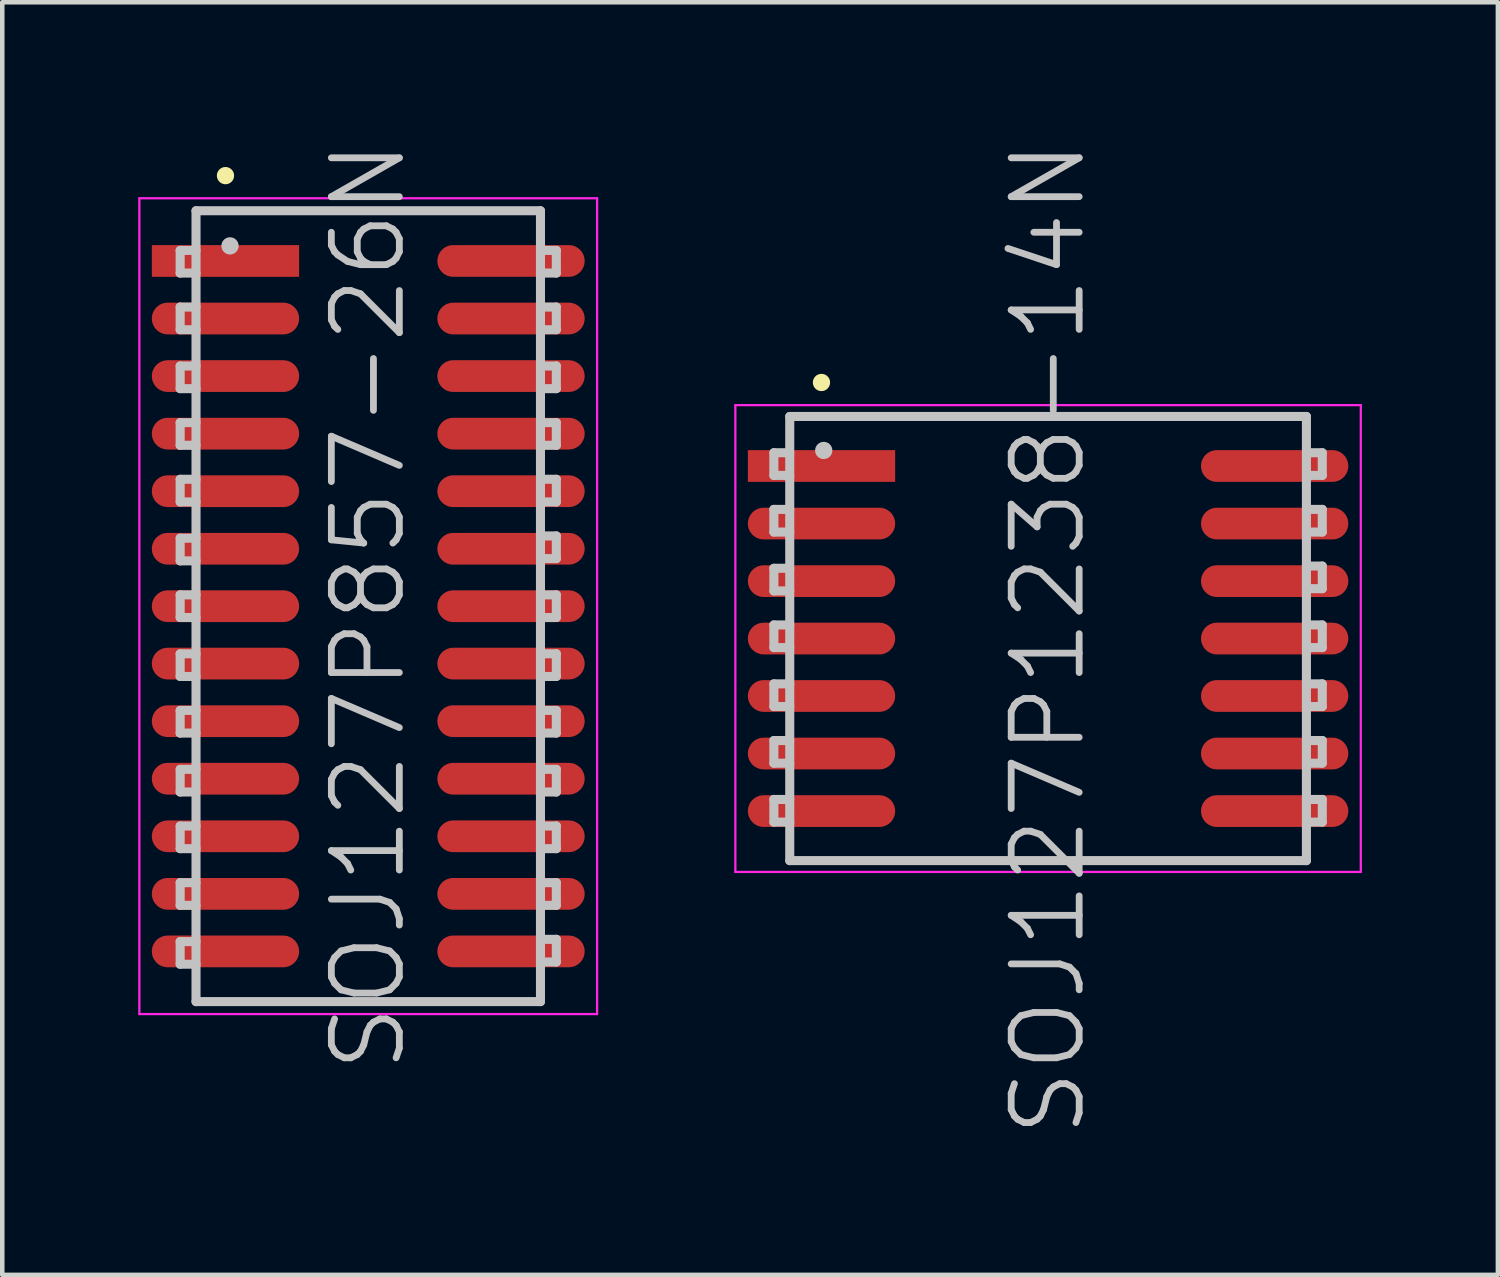
<source format=kicad_pcb>
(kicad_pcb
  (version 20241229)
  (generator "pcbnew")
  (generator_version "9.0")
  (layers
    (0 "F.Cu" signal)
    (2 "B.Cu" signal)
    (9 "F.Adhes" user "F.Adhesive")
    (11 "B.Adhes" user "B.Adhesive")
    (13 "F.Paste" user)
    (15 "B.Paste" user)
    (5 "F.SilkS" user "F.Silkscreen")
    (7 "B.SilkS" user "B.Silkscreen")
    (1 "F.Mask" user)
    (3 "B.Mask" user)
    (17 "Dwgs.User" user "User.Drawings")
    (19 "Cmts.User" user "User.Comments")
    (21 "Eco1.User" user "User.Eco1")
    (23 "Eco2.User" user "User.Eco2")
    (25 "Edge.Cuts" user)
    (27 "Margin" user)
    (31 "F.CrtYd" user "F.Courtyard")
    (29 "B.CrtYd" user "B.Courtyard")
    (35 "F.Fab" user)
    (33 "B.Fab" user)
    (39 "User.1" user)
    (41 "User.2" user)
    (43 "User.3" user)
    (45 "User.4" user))
  (footprint "SOJ127P857-26N"
    (layer "F.Cu")
    (at 5.075 10.325)
    (property "Reference" "SOJ127P857-26N" (at 0 0 90) (layer "Dwgs.User") (effects (font (size 1.5 1.5) (thickness 0.15))))
    (attr smd)
    (fp_line (start -3.15 -9.5) (end -3.15 -9.5) (stroke (width 0.381) (type solid)) (layer "F.SilkS"))
    (fp_line (start -4.15 -7.85) (end -4.15 -7.35) (stroke (width 0.2) (type solid)) (layer "Dwgs.User"))
    (fp_line (start -4.15 -7.35) (end -3.8 -7.35) (stroke (width 0.2) (type solid)) (layer "Dwgs.User"))
    (fp_line (start -4.15 -6.6) (end -4.15 -6.1) (stroke (width 0.2) (type solid)) (layer "Dwgs.User"))
    (fp_line (start -4.15 -6.1) (end -3.8 -6.1) (stroke (width 0.2) (type solid)) (layer "Dwgs.User"))
    (fp_line (start -4.15 -5.3) (end -4.15 -4.8) (stroke (width 0.2) (type solid)) (layer "Dwgs.User"))
    (fp_line (start -4.15 -4.8) (end -3.8 -4.8) (stroke (width 0.2) (type solid)) (layer "Dwgs.User"))
    (fp_line (start -4.15 -4.05) (end -4.15 -3.55) (stroke (width 0.2) (type solid)) (layer "Dwgs.User"))
    (fp_line (start -4.15 -3.55) (end -3.8 -3.55) (stroke (width 0.2) (type solid)) (layer "Dwgs.User"))
    (fp_line (start -4.15 -2.8) (end -4.15 -2.3) (stroke (width 0.2) (type solid)) (layer "Dwgs.User"))
    (fp_line (start -4.15 -2.3) (end -3.8 -2.3) (stroke (width 0.2) (type solid)) (layer "Dwgs.User"))
    (fp_line (start -4.15 -1.5) (end -4.15 -1) (stroke (width 0.2) (type solid)) (layer "Dwgs.User"))
    (fp_line (start -4.15 -1) (end -3.8 -1) (stroke (width 0.2) (type solid)) (layer "Dwgs.User"))
    (fp_line (start -4.15 -0.25) (end -4.15 0.25) (stroke (width 0.2) (type solid)) (layer "Dwgs.User"))
    (fp_line (start -4.15 0.25) (end -3.8 0.25) (stroke (width 0.2) (type solid)) (layer "Dwgs.User"))
    (fp_line (start -4.15 1.05) (end -4.15 1.55) (stroke (width 0.2) (type solid)) (layer "Dwgs.User"))
    (fp_line (start -4.15 1.55) (end -3.8 1.55) (stroke (width 0.2) (type solid)) (layer "Dwgs.User"))
    (fp_line (start -4.15 2.3) (end -4.15 2.8) (stroke (width 0.2) (type solid)) (layer "Dwgs.User"))
    (fp_line (start -4.15 2.8) (end -3.8 2.8) (stroke (width 0.2) (type solid)) (layer "Dwgs.User"))
    (fp_line (start -4.15 3.6) (end -4.15 4.1) (stroke (width 0.2) (type solid)) (layer "Dwgs.User"))
    (fp_line (start -4.15 4.1) (end -3.8 4.1) (stroke (width 0.2) (type solid)) (layer "Dwgs.User"))
    (fp_line (start -4.15 4.85) (end -4.15 5.35) (stroke (width 0.2) (type solid)) (layer "Dwgs.User"))
    (fp_line (start -4.15 5.35) (end -3.8 5.35) (stroke (width 0.2) (type solid)) (layer "Dwgs.User"))
    (fp_line (start -4.15 6.1) (end -4.15 6.6) (stroke (width 0.2) (type solid)) (layer "Dwgs.User"))
    (fp_line (start -4.15 6.6) (end -3.8 6.6) (stroke (width 0.2) (type solid)) (layer "Dwgs.User"))
    (fp_line (start -4.15 7.4) (end -4.15 7.9) (stroke (width 0.2) (type solid)) (layer "Dwgs.User"))
    (fp_line (start -4.15 7.9) (end -3.8 7.9) (stroke (width 0.2) (type solid)) (layer "Dwgs.User"))
    (fp_line (start -3.8 -8.725) (end -3.8 8.725) (stroke (width 0.2) (type solid)) (layer "Dwgs.User"))
    (fp_line (start -3.8 -8.725) (end 3.8 -8.725) (stroke (width 0.2) (type solid)) (layer "Dwgs.User"))
    (fp_line (start -3.8 -7.85) (end -4.15 -7.85) (stroke (width 0.2) (type solid)) (layer "Dwgs.User"))
    (fp_line (start -3.8 -6.6) (end -4.15 -6.6) (stroke (width 0.2) (type solid)) (layer "Dwgs.User"))
    (fp_line (start -3.8 -5.3) (end -4.15 -5.3) (stroke (width 0.2) (type solid)) (layer "Dwgs.User"))
    (fp_line (start -3.8 -4.05) (end -4.15 -4.05) (stroke (width 0.2) (type solid)) (layer "Dwgs.User"))
    (fp_line (start -3.8 -2.8) (end -4.15 -2.8) (stroke (width 0.2) (type solid)) (layer "Dwgs.User"))
    (fp_line (start -3.8 -1.5) (end -4.15 -1.5) (stroke (width 0.2) (type solid)) (layer "Dwgs.User"))
    (fp_line (start -3.8 -0.25) (end -4.15 -0.25) (stroke (width 0.2) (type solid)) (layer "Dwgs.User"))
    (fp_line (start -3.8 1.05) (end -4.15 1.05) (stroke (width 0.2) (type solid)) (layer "Dwgs.User"))
    (fp_line (start -3.8 2.3) (end -4.15 2.3) (stroke (width 0.2) (type solid)) (layer "Dwgs.User"))
    (fp_line (start -3.8 3.6) (end -4.15 3.6) (stroke (width 0.2) (type solid)) (layer "Dwgs.User"))
    (fp_line (start -3.8 4.85) (end -4.15 4.85) (stroke (width 0.2) (type solid)) (layer "Dwgs.User"))
    (fp_line (start -3.8 6.1) (end -4.15 6.1) (stroke (width 0.2) (type solid)) (layer "Dwgs.User"))
    (fp_line (start -3.8 7.4) (end -4.15 7.4) (stroke (width 0.2) (type solid)) (layer "Dwgs.User"))
    (fp_line (start -3.8 8.725) (end 3.8 8.725) (stroke (width 0.2) (type solid)) (layer "Dwgs.User"))
    (fp_line (start -3.05 -7.95) (end -3.05 -7.95) (stroke (width 0.381) (type solid)) (layer "Dwgs.User"))
    (fp_line (start 3.8 -8.725) (end 3.8 8.725) (stroke (width 0.2) (type solid)) (layer "Dwgs.User"))
    (fp_line (start 3.8 -7.85) (end 4.15 -7.85) (stroke (width 0.2) (type solid)) (layer "Dwgs.User"))
    (fp_line (start 3.8 -6.6) (end 4.15 -6.6) (stroke (width 0.2) (type solid)) (layer "Dwgs.User"))
    (fp_line (start 3.8 -5.3) (end 4.15 -5.3) (stroke (width 0.2) (type solid)) (layer "Dwgs.User"))
    (fp_line (start 3.8 -4.05) (end 4.15 -4.05) (stroke (width 0.2) (type solid)) (layer "Dwgs.User"))
    (fp_line (start 3.8 -2.8) (end 4.15 -2.8) (stroke (width 0.2) (type solid)) (layer "Dwgs.User"))
    (fp_line (start 3.8 -1.55) (end 4.15 -1.55) (stroke (width 0.2) (type solid)) (layer "Dwgs.User"))
    (fp_line (start 3.8 -0.25) (end 4.15 -0.25) (stroke (width 0.2) (type solid)) (layer "Dwgs.User"))
    (fp_line (start 3.8 1.05) (end 4.15 1.05) (stroke (width 0.2) (type solid)) (layer "Dwgs.User"))
    (fp_line (start 3.8 2.3) (end 4.15 2.3) (stroke (width 0.2) (type solid)) (layer "Dwgs.User"))
    (fp_line (start 3.8 3.6) (end 4.15 3.6) (stroke (width 0.2) (type solid)) (layer "Dwgs.User"))
    (fp_line (start 3.8 4.85) (end 4.15 4.85) (stroke (width 0.2) (type solid)) (layer "Dwgs.User"))
    (fp_line (start 3.8 6.1) (end 4.15 6.1) (stroke (width 0.2) (type solid)) (layer "Dwgs.User"))
    (fp_line (start 3.8 7.35) (end 4.15 7.35) (stroke (width 0.2) (type solid)) (layer "Dwgs.User"))
    (fp_line (start 4.15 -7.85) (end 4.15 -7.35) (stroke (width 0.2) (type solid)) (layer "Dwgs.User"))
    (fp_line (start 4.15 -7.35) (end 3.8 -7.35) (stroke (width 0.2) (type solid)) (layer "Dwgs.User"))
    (fp_line (start 4.15 -6.6) (end 4.15 -6.1) (stroke (width 0.2) (type solid)) (layer "Dwgs.User"))
    (fp_line (start 4.15 -6.1) (end 3.8 -6.1) (stroke (width 0.2) (type solid)) (layer "Dwgs.User"))
    (fp_line (start 4.15 -5.3) (end 4.15 -4.8) (stroke (width 0.2) (type solid)) (layer "Dwgs.User"))
    (fp_line (start 4.15 -4.8) (end 3.8 -4.8) (stroke (width 0.2) (type solid)) (layer "Dwgs.User"))
    (fp_line (start 4.15 -4.05) (end 4.15 -3.55) (stroke (width 0.2) (type solid)) (layer "Dwgs.User"))
    (fp_line (start 4.15 -3.55) (end 3.8 -3.55) (stroke (width 0.2) (type solid)) (layer "Dwgs.User"))
    (fp_line (start 4.15 -2.8) (end 4.15 -2.3) (stroke (width 0.2) (type solid)) (layer "Dwgs.User"))
    (fp_line (start 4.15 -2.3) (end 3.8 -2.3) (stroke (width 0.2) (type solid)) (layer "Dwgs.User"))
    (fp_line (start 4.15 -1.55) (end 4.15 -1.05) (stroke (width 0.2) (type solid)) (layer "Dwgs.User"))
    (fp_line (start 4.15 -1.05) (end 3.8 -1.05) (stroke (width 0.2) (type solid)) (layer "Dwgs.User"))
    (fp_line (start 4.15 -0.25) (end 4.15 0.25) (stroke (width 0.2) (type solid)) (layer "Dwgs.User"))
    (fp_line (start 4.15 0.25) (end 3.8 0.25) (stroke (width 0.2) (type solid)) (layer "Dwgs.User"))
    (fp_line (start 4.15 1.05) (end 4.15 1.55) (stroke (width 0.2) (type solid)) (layer "Dwgs.User"))
    (fp_line (start 4.15 1.55) (end 3.8 1.55) (stroke (width 0.2) (type solid)) (layer "Dwgs.User"))
    (fp_line (start 4.15 2.3) (end 4.15 2.8) (stroke (width 0.2) (type solid)) (layer "Dwgs.User"))
    (fp_line (start 4.15 2.8) (end 3.8 2.8) (stroke (width 0.2) (type solid)) (layer "Dwgs.User"))
    (fp_line (start 4.15 3.6) (end 4.15 4.1) (stroke (width 0.2) (type solid)) (layer "Dwgs.User"))
    (fp_line (start 4.15 4.1) (end 3.8 4.1) (stroke (width 0.2) (type solid)) (layer "Dwgs.User"))
    (fp_line (start 4.15 4.85) (end 4.15 5.35) (stroke (width 0.2) (type solid)) (layer "Dwgs.User"))
    (fp_line (start 4.15 5.35) (end 3.8 5.35) (stroke (width 0.2) (type solid)) (layer "Dwgs.User"))
    (fp_line (start 4.15 6.1) (end 4.15 6.6) (stroke (width 0.2) (type solid)) (layer "Dwgs.User"))
    (fp_line (start 4.15 6.6) (end 3.8 6.6) (stroke (width 0.2) (type solid)) (layer "Dwgs.User"))
    (fp_line (start 4.15 7.35) (end 4.15 7.85) (stroke (width 0.2) (type solid)) (layer "Dwgs.User"))
    (fp_line (start 4.15 7.85) (end 3.8 7.85) (stroke (width 0.2) (type solid)) (layer "Dwgs.User"))
    (fp_line (start -5.05 -9) (end -5.05 9) (stroke (width 0.05) (type solid)) (layer "F.CrtYd"))
    (fp_line (start -5.05 -9) (end 5.05 -9) (stroke (width 0.05) (type solid)) (layer "F.CrtYd"))
    (fp_line (start -5.05 9) (end 5.05 9) (stroke (width 0.05) (type solid)) (layer "F.CrtYd"))
    (fp_line (start 5.05 -9) (end 5.05 9) (stroke (width 0.05) (type solid)) (layer "F.CrtYd"))
    (pad "1" smd rect (at -3.15 -7.617 90) (size 0.7 3.25) (layers "F.Cu" "F.Mask" "F.Paste"))
    (pad "2" smd oval (at -3.15 -6.347 90) (size 0.7 3.25) (layers "F.Cu" "F.Mask" "F.Paste"))
    (pad "3" smd oval (at -3.15 -5.077 90) (size 0.7 3.25) (layers "F.Cu" "F.Mask" "F.Paste"))
    (pad "4" smd oval (at -3.15 -3.807 90) (size 0.7 3.25) (layers "F.Cu" "F.Mask" "F.Paste"))
    (pad "5" smd oval (at -3.15 -2.537 90) (size 0.7 3.25) (layers "F.Cu" "F.Mask" "F.Paste"))
    (pad "6" smd oval (at -3.15 -1.267 90) (size 0.7 3.25) (layers "F.Cu" "F.Mask" "F.Paste"))
    (pad "7" smd oval (at -3.15 0 90) (size 0.7 3.25) (layers "F.Cu" "F.Mask" "F.Paste"))
    (pad "8" smd oval (at -3.15 1.267 90) (size 0.7 3.25) (layers "F.Cu" "F.Mask" "F.Paste"))
    (pad "9" smd oval (at -3.15 2.537 90) (size 0.7 3.25) (layers "F.Cu" "F.Mask" "F.Paste"))
    (pad "10" smd oval (at -3.15 3.807 90) (size 0.7 3.25) (layers "F.Cu" "F.Mask" "F.Paste"))
    (pad "11" smd oval (at -3.15 5.077 90) (size 0.7 3.25) (layers "F.Cu" "F.Mask" "F.Paste"))
    (pad "12" smd oval (at -3.15 6.347 90) (size 0.7 3.25) (layers "F.Cu" "F.Mask" "F.Paste"))
    (pad "13" smd oval (at -3.15 7.617 90) (size 0.7 3.25) (layers "F.Cu" "F.Mask" "F.Paste"))
    (pad "14" smd oval (at 3.15 7.617 270) (size 0.7 3.25) (layers "F.Cu" "F.Mask" "F.Paste"))
    (pad "15" smd oval (at 3.15 6.347 270) (size 0.7 3.25) (layers "F.Cu" "F.Mask" "F.Paste"))
    (pad "16" smd oval (at 3.15 5.077 270) (size 0.7 3.25) (layers "F.Cu" "F.Mask" "F.Paste"))
    (pad "17" smd oval (at 3.15 3.807 270) (size 0.7 3.25) (layers "F.Cu" "F.Mask" "F.Paste"))
    (pad "18" smd oval (at 3.15 2.537 270) (size 0.7 3.25) (layers "F.Cu" "F.Mask" "F.Paste"))
    (pad "19" smd oval (at 3.15 1.267 270) (size 0.7 3.25) (layers "F.Cu" "F.Mask" "F.Paste"))
    (pad "20" smd oval (at 3.15 0 270) (size 0.7 3.25) (layers "F.Cu" "F.Mask" "F.Paste"))
    (pad "21" smd oval (at 3.15 -1.267 270) (size 0.7 3.25) (layers "F.Cu" "F.Mask" "F.Paste"))
    (pad "22" smd oval (at 3.15 -2.537 270) (size 0.7 3.25) (layers "F.Cu" "F.Mask" "F.Paste"))
    (pad "23" smd oval (at 3.15 -3.807 270) (size 0.7 3.25) (layers "F.Cu" "F.Mask" "F.Paste"))
    (pad "24" smd oval (at 3.15 -5.077 270) (size 0.7 3.25) (layers "F.Cu" "F.Mask" "F.Paste"))
    (pad "25" smd oval (at 3.15 -6.347 270) (size 0.7 3.25) (layers "F.Cu" "F.Mask" "F.Paste"))
    (pad "26" smd oval (at 3.15 -7.617 270) (size 0.7 3.25) (layers "F.Cu" "F.Mask" "F.Paste")))
  (footprint "SOJ127P1238-14N"
    (layer "F.Cu")
    (at 20.075 11.039)
    (property "Reference" "SOJ127P1238-14N" (at 0 0 90) (layer "Dwgs.User") (effects (font (size 1.5 1.5) (thickness 0.15))))
    (attr smd)
    (fp_line (start -5 -5.65) (end -5 -5.65) (stroke (width 0.381) (type solid)) (layer "F.SilkS"))
    (fp_line (start -6.05 -4.1) (end -6.05 -3.6) (stroke (width 0.2) (type solid)) (layer "Dwgs.User"))
    (fp_line (start -6.05 -3.6) (end -5.7 -3.6) (stroke (width 0.2) (type solid)) (layer "Dwgs.User"))
    (fp_line (start -6.05 -2.85) (end -6.05 -2.35) (stroke (width 0.2) (type solid)) (layer "Dwgs.User"))
    (fp_line (start -6.05 -2.35) (end -5.7 -2.35) (stroke (width 0.2) (type solid)) (layer "Dwgs.User"))
    (fp_line (start -6.05 -1.55) (end -6.05 -1.05) (stroke (width 0.2) (type solid)) (layer "Dwgs.User"))
    (fp_line (start -6.05 -1.05) (end -5.7 -1.05) (stroke (width 0.2) (type solid)) (layer "Dwgs.User"))
    (fp_line (start -6.05 -0.3) (end -6.05 0.2) (stroke (width 0.2) (type solid)) (layer "Dwgs.User"))
    (fp_line (start -6.05 0.2) (end -5.7 0.2) (stroke (width 0.2) (type solid)) (layer "Dwgs.User"))
    (fp_line (start -6.05 1) (end -6.05 1.5) (stroke (width 0.2) (type solid)) (layer "Dwgs.User"))
    (fp_line (start -6.05 1.5) (end -5.7 1.5) (stroke (width 0.2) (type solid)) (layer "Dwgs.User"))
    (fp_line (start -6.05 2.25) (end -6.05 2.75) (stroke (width 0.2) (type solid)) (layer "Dwgs.User"))
    (fp_line (start -6.05 2.75) (end -5.7 2.75) (stroke (width 0.2) (type solid)) (layer "Dwgs.User"))
    (fp_line (start -6.05 3.55) (end -6.05 4.05) (stroke (width 0.2) (type solid)) (layer "Dwgs.User"))
    (fp_line (start -6.05 4.05) (end -5.7 4.05) (stroke (width 0.2) (type solid)) (layer "Dwgs.User"))
    (fp_line (start -5.7 -4.9) (end -5.7 4.9) (stroke (width 0.2) (type solid)) (layer "Dwgs.User"))
    (fp_line (start -5.7 -4.9) (end 5.7 -4.9) (stroke (width 0.2) (type solid)) (layer "Dwgs.User"))
    (fp_line (start -5.7 -4.1) (end -6.05 -4.1) (stroke (width 0.2) (type solid)) (layer "Dwgs.User"))
    (fp_line (start -5.7 -2.85) (end -6.05 -2.85) (stroke (width 0.2) (type solid)) (layer "Dwgs.User"))
    (fp_line (start -5.7 -1.55) (end -6.05 -1.55) (stroke (width 0.2) (type solid)) (layer "Dwgs.User"))
    (fp_line (start -5.7 -0.3) (end -6.05 -0.3) (stroke (width 0.2) (type solid)) (layer "Dwgs.User"))
    (fp_line (start -5.7 1) (end -6.05 1) (stroke (width 0.2) (type solid)) (layer "Dwgs.User"))
    (fp_line (start -5.7 2.25) (end -6.05 2.25) (stroke (width 0.2) (type solid)) (layer "Dwgs.User"))
    (fp_line (start -5.7 3.55) (end -6.05 3.55) (stroke (width 0.2) (type solid)) (layer "Dwgs.User"))
    (fp_line (start -5.7 4.9) (end 5.7 4.9) (stroke (width 0.2) (type solid)) (layer "Dwgs.User"))
    (fp_line (start -4.95 -4.15) (end -4.95 -4.15) (stroke (width 0.381) (type solid)) (layer "Dwgs.User"))
    (fp_line (start 5.7 -4.9) (end 5.7 4.9) (stroke (width 0.2) (type solid)) (layer "Dwgs.User"))
    (fp_line (start 5.7 -4.1) (end 6.05 -4.1) (stroke (width 0.2) (type solid)) (layer "Dwgs.User"))
    (fp_line (start 5.7 -2.85) (end 6.05 -2.85) (stroke (width 0.2) (type solid)) (layer "Dwgs.User"))
    (fp_line (start 5.7 -1.6) (end 6.05 -1.6) (stroke (width 0.2) (type solid)) (layer "Dwgs.User"))
    (fp_line (start 5.7 -0.3) (end 6.05 -0.3) (stroke (width 0.2) (type solid)) (layer "Dwgs.User"))
    (fp_line (start 5.7 1) (end 6.05 1) (stroke (width 0.2) (type solid)) (layer "Dwgs.User"))
    (fp_line (start 5.7 2.25) (end 6.05 2.25) (stroke (width 0.2) (type solid)) (layer "Dwgs.User"))
    (fp_line (start 5.7 3.55) (end 6.05 3.55) (stroke (width 0.2) (type solid)) (layer "Dwgs.User"))
    (fp_line (start 6.05 -4.1) (end 6.05 -3.6) (stroke (width 0.2) (type solid)) (layer "Dwgs.User"))
    (fp_line (start 6.05 -3.6) (end 5.7 -3.6) (stroke (width 0.2) (type solid)) (layer "Dwgs.User"))
    (fp_line (start 6.05 -2.85) (end 6.05 -2.35) (stroke (width 0.2) (type solid)) (layer "Dwgs.User"))
    (fp_line (start 6.05 -2.35) (end 5.7 -2.35) (stroke (width 0.2) (type solid)) (layer "Dwgs.User"))
    (fp_line (start 6.05 -1.6) (end 6.05 -1.1) (stroke (width 0.2) (type solid)) (layer "Dwgs.User"))
    (fp_line (start 6.05 -1.1) (end 5.7 -1.1) (stroke (width 0.2) (type solid)) (layer "Dwgs.User"))
    (fp_line (start 6.05 -0.3) (end 6.05 0.2) (stroke (width 0.2) (type solid)) (layer "Dwgs.User"))
    (fp_line (start 6.05 0.2) (end 5.7 0.2) (stroke (width 0.2) (type solid)) (layer "Dwgs.User"))
    (fp_line (start 6.05 1) (end 6.05 1.5) (stroke (width 0.2) (type solid)) (layer "Dwgs.User"))
    (fp_line (start 6.05 1.5) (end 5.7 1.5) (stroke (width 0.2) (type solid)) (layer "Dwgs.User"))
    (fp_line (start 6.05 2.25) (end 6.05 2.75) (stroke (width 0.2) (type solid)) (layer "Dwgs.User"))
    (fp_line (start 6.05 2.75) (end 5.7 2.75) (stroke (width 0.2) (type solid)) (layer "Dwgs.User"))
    (fp_line (start 6.05 3.55) (end 6.05 4.05) (stroke (width 0.2) (type solid)) (layer "Dwgs.User"))
    (fp_line (start 6.05 4.05) (end 5.7 4.05) (stroke (width 0.2) (type solid)) (layer "Dwgs.User"))
    (fp_line (start -6.9 -5.15) (end -6.9 5.15) (stroke (width 0.05) (type solid)) (layer "F.CrtYd"))
    (fp_line (start -6.9 -5.15) (end 6.9 -5.15) (stroke (width 0.05) (type solid)) (layer "F.CrtYd"))
    (fp_line (start -6.9 5.15) (end 6.9 5.15) (stroke (width 0.05) (type solid)) (layer "F.CrtYd"))
    (fp_line (start 6.9 -5.15) (end 6.9 5.15) (stroke (width 0.05) (type solid)) (layer "F.CrtYd"))
    (pad "1" smd rect (at -4.999 -3.807 90) (size 0.7 3.25) (layers "F.Cu" "F.Mask" "F.Paste"))
    (pad "2" smd oval (at -4.999 -2.537 90) (size 0.7 3.25) (layers "F.Cu" "F.Mask" "F.Paste"))
    (pad "3" smd oval (at -4.999 -1.267 90) (size 0.7 3.25) (layers "F.Cu" "F.Mask" "F.Paste"))
    (pad "4" smd oval (at -4.999 0 90) (size 0.7 3.25) (layers "F.Cu" "F.Mask" "F.Paste"))
    (pad "5" smd oval (at -4.999 1.267 90) (size 0.7 3.25) (layers "F.Cu" "F.Mask" "F.Paste"))
    (pad "6" smd oval (at -4.999 2.537 90) (size 0.7 3.25) (layers "F.Cu" "F.Mask" "F.Paste"))
    (pad "7" smd oval (at -4.999 3.807 90) (size 0.7 3.25) (layers "F.Cu" "F.Mask" "F.Paste"))
    (pad "8" smd oval (at 4.999 3.807 270) (size 0.7 3.25) (layers "F.Cu" "F.Mask" "F.Paste"))
    (pad "9" smd oval (at 4.999 2.537 270) (size 0.7 3.25) (layers "F.Cu" "F.Mask" "F.Paste"))
    (pad "10" smd oval (at 4.999 1.267 270) (size 0.7 3.25) (layers "F.Cu" "F.Mask" "F.Paste"))
    (pad "11" smd oval (at 4.999 0 270) (size 0.7 3.25) (layers "F.Cu" "F.Mask" "F.Paste"))
    (pad "12" smd oval (at 4.999 -1.267 270) (size 0.7 3.25) (layers "F.Cu" "F.Mask" "F.Paste"))
    (pad "13" smd oval (at 4.999 -2.537 270) (size 0.7 3.25) (layers "F.Cu" "F.Mask" "F.Paste"))
    (pad "14" smd oval (at 4.999 -3.807 270) (size 0.7 3.25) (layers "F.Cu" "F.Mask" "F.Paste")))
  (gr_rect
    (start -3 -3)
    (end 30 25.079)
    (stroke (width 0.1) (type default))
    (fill no)
    (layer "Edge.Cuts")))
</source>
